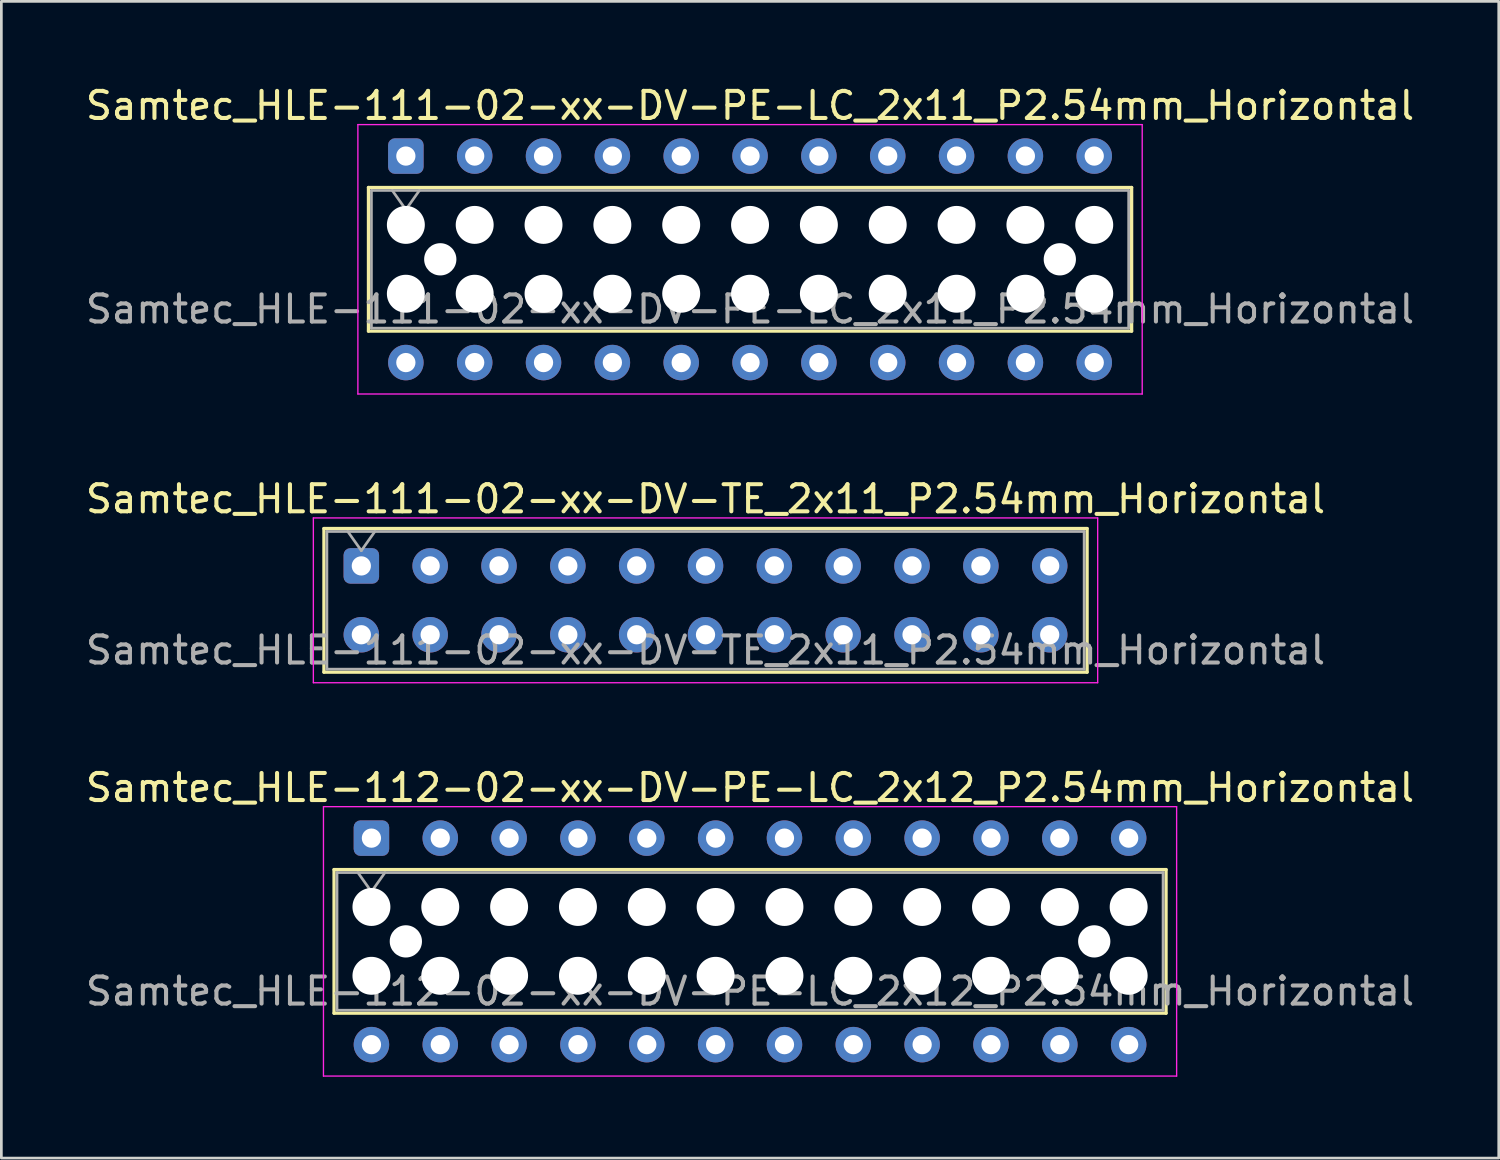
<source format=kicad_pcb>
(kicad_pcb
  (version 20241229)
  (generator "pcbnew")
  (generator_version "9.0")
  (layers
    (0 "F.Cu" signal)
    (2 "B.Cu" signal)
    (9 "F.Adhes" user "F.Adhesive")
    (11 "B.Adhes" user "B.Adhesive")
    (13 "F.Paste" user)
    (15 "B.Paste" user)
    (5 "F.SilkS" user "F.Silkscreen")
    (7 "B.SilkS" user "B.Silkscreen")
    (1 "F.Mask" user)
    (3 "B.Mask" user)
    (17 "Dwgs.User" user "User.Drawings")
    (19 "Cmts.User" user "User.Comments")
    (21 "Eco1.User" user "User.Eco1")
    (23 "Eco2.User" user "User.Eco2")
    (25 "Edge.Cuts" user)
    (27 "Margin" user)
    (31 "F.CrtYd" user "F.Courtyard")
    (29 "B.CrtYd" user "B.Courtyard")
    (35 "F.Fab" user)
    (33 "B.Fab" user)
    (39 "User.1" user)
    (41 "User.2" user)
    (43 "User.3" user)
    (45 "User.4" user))
  (footprint "Samtec_HLE-112-02-xx-DV-PE-LC_2x12_P2.54mm_Horizontal"
    (layer "F.Cu")
    (at 10.655 27.875)
    (property "Reference" "Samtec_HLE-112-02-xx-DV-PE-LC_2x12_P2.54mm_Horizontal" (at 13.97 -1.86 0) (layer "F.SilkS") (effects (font (size 1 1) (thickness 0.15))))
    (attr through_hole)
    (fp_line (start -1.38 1.16) (end 29.32 1.16) (stroke (width 0.12) (type solid)) (layer "F.SilkS"))
    (fp_line (start -1.38 6.46) (end -1.38 1.16) (stroke (width 0.12) (type solid)) (layer "F.SilkS"))
    (fp_line (start 29.32 1.16) (end 29.32 6.46) (stroke (width 0.12) (type solid)) (layer "F.SilkS"))
    (fp_line (start 29.32 6.46) (end -1.38 6.46) (stroke (width 0.12) (type solid)) (layer "F.SilkS"))
    (fp_line (start -1.77 -1.16) (end 29.71 -1.16) (stroke (width 0.05) (type solid)) (layer "F.CrtYd"))
    (fp_line (start -1.77 8.78) (end -1.77 -1.16) (stroke (width 0.05) (type solid)) (layer "F.CrtYd"))
    (fp_line (start 29.71 -1.16) (end 29.71 8.78) (stroke (width 0.05) (type solid)) (layer "F.CrtYd"))
    (fp_line (start 29.71 8.78) (end -1.77 8.78) (stroke (width 0.05) (type solid)) (layer "F.CrtYd"))
    (fp_line (start -1.27 1.27) (end 29.21 1.27) (stroke (width 0.1) (type solid)) (layer "F.Fab"))
    (fp_line (start -1.27 6.35) (end -1.27 1.27) (stroke (width 0.1) (type solid)) (layer "F.Fab"))
    (fp_line (start -0.5 1.27) (end 0 1.977) (stroke (width 0.1) (type solid)) (layer "F.Fab"))
    (fp_line (start 0 1.977) (end 0.5 1.27) (stroke (width 0.1) (type solid)) (layer "F.Fab"))
    (fp_line (start 29.21 1.27) (end 29.21 6.35) (stroke (width 0.1) (type solid)) (layer "F.Fab"))
    (fp_line (start 29.21 6.35) (end -1.27 6.35) (stroke (width 0.1) (type solid)) (layer "F.Fab"))
    (fp_text user "${REFERENCE}" (at 13.97 5.65 0) (layer "F.Fab") (effects (font (size 1 1) (thickness 0.15))))
    (pad "" np_thru_hole circle (at 0 2.54) (size 1.4 1.4) (drill 1.4) (layers "*.Cu" "*.Mask"))
    (pad "" np_thru_hole circle (at 0 5.08) (size 1.4 1.4) (drill 1.4) (layers "*.Cu" "*.Mask"))
    (pad "" np_thru_hole circle (at 1.27 3.81) (size 1.19 1.19) (drill 1.19) (layers "*.Cu" "*.Mask"))
    (pad "" np_thru_hole circle (at 2.54 2.54) (size 1.4 1.4) (drill 1.4) (layers "*.Cu" "*.Mask"))
    (pad "" np_thru_hole circle (at 2.54 5.08) (size 1.4 1.4) (drill 1.4) (layers "*.Cu" "*.Mask"))
    (pad "" np_thru_hole circle (at 5.08 2.54) (size 1.4 1.4) (drill 1.4) (layers "*.Cu" "*.Mask"))
    (pad "" np_thru_hole circle (at 5.08 5.08) (size 1.4 1.4) (drill 1.4) (layers "*.Cu" "*.Mask"))
    (pad "" np_thru_hole circle (at 7.62 2.54) (size 1.4 1.4) (drill 1.4) (layers "*.Cu" "*.Mask"))
    (pad "" np_thru_hole circle (at 7.62 5.08) (size 1.4 1.4) (drill 1.4) (layers "*.Cu" "*.Mask"))
    (pad "" np_thru_hole circle (at 10.16 2.54) (size 1.4 1.4) (drill 1.4) (layers "*.Cu" "*.Mask"))
    (pad "" np_thru_hole circle (at 10.16 5.08) (size 1.4 1.4) (drill 1.4) (layers "*.Cu" "*.Mask"))
    (pad "" np_thru_hole circle (at 12.7 2.54) (size 1.4 1.4) (drill 1.4) (layers "*.Cu" "*.Mask"))
    (pad "" np_thru_hole circle (at 12.7 5.08) (size 1.4 1.4) (drill 1.4) (layers "*.Cu" "*.Mask"))
    (pad "" np_thru_hole circle (at 15.24 2.54) (size 1.4 1.4) (drill 1.4) (layers "*.Cu" "*.Mask"))
    (pad "" np_thru_hole circle (at 15.24 5.08) (size 1.4 1.4) (drill 1.4) (layers "*.Cu" "*.Mask"))
    (pad "" np_thru_hole circle (at 17.78 2.54) (size 1.4 1.4) (drill 1.4) (layers "*.Cu" "*.Mask"))
    (pad "" np_thru_hole circle (at 17.78 5.08) (size 1.4 1.4) (drill 1.4) (layers "*.Cu" "*.Mask"))
    (pad "" np_thru_hole circle (at 20.32 2.54) (size 1.4 1.4) (drill 1.4) (layers "*.Cu" "*.Mask"))
    (pad "" np_thru_hole circle (at 20.32 5.08) (size 1.4 1.4) (drill 1.4) (layers "*.Cu" "*.Mask"))
    (pad "" np_thru_hole circle (at 22.86 2.54) (size 1.4 1.4) (drill 1.4) (layers "*.Cu" "*.Mask"))
    (pad "" np_thru_hole circle (at 22.86 5.08) (size 1.4 1.4) (drill 1.4) (layers "*.Cu" "*.Mask"))
    (pad "" np_thru_hole circle (at 25.4 2.54) (size 1.4 1.4) (drill 1.4) (layers "*.Cu" "*.Mask"))
    (pad "" np_thru_hole circle (at 25.4 5.08) (size 1.4 1.4) (drill 1.4) (layers "*.Cu" "*.Mask"))
    (pad "" np_thru_hole circle (at 26.67 3.81) (size 1.19 1.19) (drill 1.19) (layers "*.Cu" "*.Mask"))
    (pad "" np_thru_hole circle (at 27.94 2.54) (size 1.4 1.4) (drill 1.4) (layers "*.Cu" "*.Mask"))
    (pad "" np_thru_hole circle (at 27.94 5.08) (size 1.4 1.4) (drill 1.4) (layers "*.Cu" "*.Mask"))
    (pad "1" thru_hole roundrect (at 0 0) (size 1.31 1.31) (drill 0.71) (layers "*.Cu" "*.Mask") (roundrect_rratio 0.191))
    (pad "2" thru_hole circle (at 0 7.62) (size 1.31 1.31) (drill 0.71) (layers "*.Cu" "*.Mask"))
    (pad "3" thru_hole circle (at 2.54 0) (size 1.31 1.31) (drill 0.71) (layers "*.Cu" "*.Mask"))
    (pad "4" thru_hole circle (at 2.54 7.62) (size 1.31 1.31) (drill 0.71) (layers "*.Cu" "*.Mask"))
    (pad "5" thru_hole circle (at 5.08 0) (size 1.31 1.31) (drill 0.71) (layers "*.Cu" "*.Mask"))
    (pad "6" thru_hole circle (at 5.08 7.62) (size 1.31 1.31) (drill 0.71) (layers "*.Cu" "*.Mask"))
    (pad "7" thru_hole circle (at 7.62 0) (size 1.31 1.31) (drill 0.71) (layers "*.Cu" "*.Mask"))
    (pad "8" thru_hole circle (at 7.62 7.62) (size 1.31 1.31) (drill 0.71) (layers "*.Cu" "*.Mask"))
    (pad "9" thru_hole circle (at 10.16 0) (size 1.31 1.31) (drill 0.71) (layers "*.Cu" "*.Mask"))
    (pad "10" thru_hole circle (at 10.16 7.62) (size 1.31 1.31) (drill 0.71) (layers "*.Cu" "*.Mask"))
    (pad "11" thru_hole circle (at 12.7 0) (size 1.31 1.31) (drill 0.71) (layers "*.Cu" "*.Mask"))
    (pad "12" thru_hole circle (at 12.7 7.62) (size 1.31 1.31) (drill 0.71) (layers "*.Cu" "*.Mask"))
    (pad "13" thru_hole circle (at 15.24 0) (size 1.31 1.31) (drill 0.71) (layers "*.Cu" "*.Mask"))
    (pad "14" thru_hole circle (at 15.24 7.62) (size 1.31 1.31) (drill 0.71) (layers "*.Cu" "*.Mask"))
    (pad "15" thru_hole circle (at 17.78 0) (size 1.31 1.31) (drill 0.71) (layers "*.Cu" "*.Mask"))
    (pad "16" thru_hole circle (at 17.78 7.62) (size 1.31 1.31) (drill 0.71) (layers "*.Cu" "*.Mask"))
    (pad "17" thru_hole circle (at 20.32 0) (size 1.31 1.31) (drill 0.71) (layers "*.Cu" "*.Mask"))
    (pad "18" thru_hole circle (at 20.32 7.62) (size 1.31 1.31) (drill 0.71) (layers "*.Cu" "*.Mask"))
    (pad "19" thru_hole circle (at 22.86 0) (size 1.31 1.31) (drill 0.71) (layers "*.Cu" "*.Mask"))
    (pad "20" thru_hole circle (at 22.86 7.62) (size 1.31 1.31) (drill 0.71) (layers "*.Cu" "*.Mask"))
    (pad "21" thru_hole circle (at 25.4 0) (size 1.31 1.31) (drill 0.71) (layers "*.Cu" "*.Mask"))
    (pad "22" thru_hole circle (at 25.4 7.62) (size 1.31 1.31) (drill 0.71) (layers "*.Cu" "*.Mask"))
    (pad "23" thru_hole circle (at 27.94 0) (size 1.31 1.31) (drill 0.71) (layers "*.Cu" "*.Mask"))
    (pad "24" thru_hole circle (at 27.94 7.62) (size 1.31 1.31) (drill 0.71) (layers "*.Cu" "*.Mask")))
  (footprint "Samtec_HLE-111-02-xx-DV-TE_2x11_P2.54mm_Horizontal"
    (layer "F.Cu")
    (at 10.282 17.831)
    (property "Reference" "Samtec_HLE-111-02-xx-DV-TE_2x11_P2.54mm_Horizontal" (at 12.7 -2.47 0) (layer "F.SilkS") (effects (font (size 1 1) (thickness 0.15))))
    (attr through_hole)
    (fp_line (start -1.38 -1.38) (end 26.78 -1.38) (stroke (width 0.12) (type solid)) (layer "F.SilkS"))
    (fp_line (start -1.38 3.92) (end -1.38 -1.38) (stroke (width 0.12) (type solid)) (layer "F.SilkS"))
    (fp_line (start 26.78 -1.38) (end 26.78 3.92) (stroke (width 0.12) (type solid)) (layer "F.SilkS"))
    (fp_line (start 26.78 3.92) (end -1.38 3.92) (stroke (width 0.12) (type solid)) (layer "F.SilkS"))
    (fp_line (start -1.77 -1.77) (end 27.17 -1.77) (stroke (width 0.05) (type solid)) (layer "F.CrtYd"))
    (fp_line (start -1.77 4.31) (end -1.77 -1.77) (stroke (width 0.05) (type solid)) (layer "F.CrtYd"))
    (fp_line (start 27.17 -1.77) (end 27.17 4.31) (stroke (width 0.05) (type solid)) (layer "F.CrtYd"))
    (fp_line (start 27.17 4.31) (end -1.77 4.31) (stroke (width 0.05) (type solid)) (layer "F.CrtYd"))
    (fp_line (start -1.27 -1.27) (end 26.67 -1.27) (stroke (width 0.1) (type solid)) (layer "F.Fab"))
    (fp_line (start -1.27 3.81) (end -1.27 -1.27) (stroke (width 0.1) (type solid)) (layer "F.Fab"))
    (fp_line (start -0.5 -1.27) (end 0 -0.563) (stroke (width 0.1) (type solid)) (layer "F.Fab"))
    (fp_line (start 0 -0.563) (end 0.5 -1.27) (stroke (width 0.1) (type solid)) (layer "F.Fab"))
    (fp_line (start 26.67 -1.27) (end 26.67 3.81) (stroke (width 0.1) (type solid)) (layer "F.Fab"))
    (fp_line (start 26.67 3.81) (end -1.27 3.81) (stroke (width 0.1) (type solid)) (layer "F.Fab"))
    (fp_text user "${REFERENCE}" (at 12.7 3.11 0) (layer "F.Fab") (effects (font (size 1 1) (thickness 0.15))))
    (pad "1" thru_hole roundrect (at 0 0) (size 1.31 1.31) (drill 0.71) (layers "*.Cu" "*.Mask") (roundrect_rratio 0.191))
    (pad "2" thru_hole circle (at 0 2.54) (size 1.31 1.31) (drill 0.71) (layers "*.Cu" "*.Mask"))
    (pad "3" thru_hole circle (at 2.54 0) (size 1.31 1.31) (drill 0.71) (layers "*.Cu" "*.Mask"))
    (pad "4" thru_hole circle (at 2.54 2.54) (size 1.31 1.31) (drill 0.71) (layers "*.Cu" "*.Mask"))
    (pad "5" thru_hole circle (at 5.08 0) (size 1.31 1.31) (drill 0.71) (layers "*.Cu" "*.Mask"))
    (pad "6" thru_hole circle (at 5.08 2.54) (size 1.31 1.31) (drill 0.71) (layers "*.Cu" "*.Mask"))
    (pad "7" thru_hole circle (at 7.62 0) (size 1.31 1.31) (drill 0.71) (layers "*.Cu" "*.Mask"))
    (pad "8" thru_hole circle (at 7.62 2.54) (size 1.31 1.31) (drill 0.71) (layers "*.Cu" "*.Mask"))
    (pad "9" thru_hole circle (at 10.16 0) (size 1.31 1.31) (drill 0.71) (layers "*.Cu" "*.Mask"))
    (pad "10" thru_hole circle (at 10.16 2.54) (size 1.31 1.31) (drill 0.71) (layers "*.Cu" "*.Mask"))
    (pad "11" thru_hole circle (at 12.7 0) (size 1.31 1.31) (drill 0.71) (layers "*.Cu" "*.Mask"))
    (pad "12" thru_hole circle (at 12.7 2.54) (size 1.31 1.31) (drill 0.71) (layers "*.Cu" "*.Mask"))
    (pad "13" thru_hole circle (at 15.24 0) (size 1.31 1.31) (drill 0.71) (layers "*.Cu" "*.Mask"))
    (pad "14" thru_hole circle (at 15.24 2.54) (size 1.31 1.31) (drill 0.71) (layers "*.Cu" "*.Mask"))
    (pad "15" thru_hole circle (at 17.78 0) (size 1.31 1.31) (drill 0.71) (layers "*.Cu" "*.Mask"))
    (pad "16" thru_hole circle (at 17.78 2.54) (size 1.31 1.31) (drill 0.71) (layers "*.Cu" "*.Mask"))
    (pad "17" thru_hole circle (at 20.32 0) (size 1.31 1.31) (drill 0.71) (layers "*.Cu" "*.Mask"))
    (pad "18" thru_hole circle (at 20.32 2.54) (size 1.31 1.31) (drill 0.71) (layers "*.Cu" "*.Mask"))
    (pad "19" thru_hole circle (at 22.86 0) (size 1.31 1.31) (drill 0.71) (layers "*.Cu" "*.Mask"))
    (pad "20" thru_hole circle (at 22.86 2.54) (size 1.31 1.31) (drill 0.71) (layers "*.Cu" "*.Mask"))
    (pad "21" thru_hole circle (at 25.4 0) (size 1.31 1.31) (drill 0.71) (layers "*.Cu" "*.Mask"))
    (pad "22" thru_hole circle (at 25.4 2.54) (size 1.31 1.31) (drill 0.71) (layers "*.Cu" "*.Mask")))
  (footprint "Samtec_HLE-111-02-xx-DV-PE-LC_2x11_P2.54mm_Horizontal"
    (layer "F.Cu")
    (at 11.925 2.708)
    (property "Reference" "Samtec_HLE-111-02-xx-DV-PE-LC_2x11_P2.54mm_Horizontal" (at 12.7 -1.86 0) (layer "F.SilkS") (effects (font (size 1 1) (thickness 0.15))))
    (attr through_hole)
    (fp_line (start -1.38 1.16) (end 26.78 1.16) (stroke (width 0.12) (type solid)) (layer "F.SilkS"))
    (fp_line (start -1.38 6.46) (end -1.38 1.16) (stroke (width 0.12) (type solid)) (layer "F.SilkS"))
    (fp_line (start 26.78 1.16) (end 26.78 6.46) (stroke (width 0.12) (type solid)) (layer "F.SilkS"))
    (fp_line (start 26.78 6.46) (end -1.38 6.46) (stroke (width 0.12) (type solid)) (layer "F.SilkS"))
    (fp_line (start -1.77 -1.16) (end 27.17 -1.16) (stroke (width 0.05) (type solid)) (layer "F.CrtYd"))
    (fp_line (start -1.77 8.78) (end -1.77 -1.16) (stroke (width 0.05) (type solid)) (layer "F.CrtYd"))
    (fp_line (start 27.17 -1.16) (end 27.17 8.78) (stroke (width 0.05) (type solid)) (layer "F.CrtYd"))
    (fp_line (start 27.17 8.78) (end -1.77 8.78) (stroke (width 0.05) (type solid)) (layer "F.CrtYd"))
    (fp_line (start -1.27 1.27) (end 26.67 1.27) (stroke (width 0.1) (type solid)) (layer "F.Fab"))
    (fp_line (start -1.27 6.35) (end -1.27 1.27) (stroke (width 0.1) (type solid)) (layer "F.Fab"))
    (fp_line (start -0.5 1.27) (end 0 1.977) (stroke (width 0.1) (type solid)) (layer "F.Fab"))
    (fp_line (start 0 1.977) (end 0.5 1.27) (stroke (width 0.1) (type solid)) (layer "F.Fab"))
    (fp_line (start 26.67 1.27) (end 26.67 6.35) (stroke (width 0.1) (type solid)) (layer "F.Fab"))
    (fp_line (start 26.67 6.35) (end -1.27 6.35) (stroke (width 0.1) (type solid)) (layer "F.Fab"))
    (fp_text user "${REFERENCE}" (at 12.7 5.65 0) (layer "F.Fab") (effects (font (size 1 1) (thickness 0.15))))
    (pad "" np_thru_hole circle (at 0 2.54) (size 1.4 1.4) (drill 1.4) (layers "*.Cu" "*.Mask"))
    (pad "" np_thru_hole circle (at 0 5.08) (size 1.4 1.4) (drill 1.4) (layers "*.Cu" "*.Mask"))
    (pad "" np_thru_hole circle (at 1.27 3.81) (size 1.19 1.19) (drill 1.19) (layers "*.Cu" "*.Mask"))
    (pad "" np_thru_hole circle (at 2.54 2.54) (size 1.4 1.4) (drill 1.4) (layers "*.Cu" "*.Mask"))
    (pad "" np_thru_hole circle (at 2.54 5.08) (size 1.4 1.4) (drill 1.4) (layers "*.Cu" "*.Mask"))
    (pad "" np_thru_hole circle (at 5.08 2.54) (size 1.4 1.4) (drill 1.4) (layers "*.Cu" "*.Mask"))
    (pad "" np_thru_hole circle (at 5.08 5.08) (size 1.4 1.4) (drill 1.4) (layers "*.Cu" "*.Mask"))
    (pad "" np_thru_hole circle (at 7.62 2.54) (size 1.4 1.4) (drill 1.4) (layers "*.Cu" "*.Mask"))
    (pad "" np_thru_hole circle (at 7.62 5.08) (size 1.4 1.4) (drill 1.4) (layers "*.Cu" "*.Mask"))
    (pad "" np_thru_hole circle (at 10.16 2.54) (size 1.4 1.4) (drill 1.4) (layers "*.Cu" "*.Mask"))
    (pad "" np_thru_hole circle (at 10.16 5.08) (size 1.4 1.4) (drill 1.4) (layers "*.Cu" "*.Mask"))
    (pad "" np_thru_hole circle (at 12.7 2.54) (size 1.4 1.4) (drill 1.4) (layers "*.Cu" "*.Mask"))
    (pad "" np_thru_hole circle (at 12.7 5.08) (size 1.4 1.4) (drill 1.4) (layers "*.Cu" "*.Mask"))
    (pad "" np_thru_hole circle (at 15.24 2.54) (size 1.4 1.4) (drill 1.4) (layers "*.Cu" "*.Mask"))
    (pad "" np_thru_hole circle (at 15.24 5.08) (size 1.4 1.4) (drill 1.4) (layers "*.Cu" "*.Mask"))
    (pad "" np_thru_hole circle (at 17.78 2.54) (size 1.4 1.4) (drill 1.4) (layers "*.Cu" "*.Mask"))
    (pad "" np_thru_hole circle (at 17.78 5.08) (size 1.4 1.4) (drill 1.4) (layers "*.Cu" "*.Mask"))
    (pad "" np_thru_hole circle (at 20.32 2.54) (size 1.4 1.4) (drill 1.4) (layers "*.Cu" "*.Mask"))
    (pad "" np_thru_hole circle (at 20.32 5.08) (size 1.4 1.4) (drill 1.4) (layers "*.Cu" "*.Mask"))
    (pad "" np_thru_hole circle (at 22.86 2.54) (size 1.4 1.4) (drill 1.4) (layers "*.Cu" "*.Mask"))
    (pad "" np_thru_hole circle (at 22.86 5.08) (size 1.4 1.4) (drill 1.4) (layers "*.Cu" "*.Mask"))
    (pad "" np_thru_hole circle (at 24.13 3.81) (size 1.19 1.19) (drill 1.19) (layers "*.Cu" "*.Mask"))
    (pad "" np_thru_hole circle (at 25.4 2.54) (size 1.4 1.4) (drill 1.4) (layers "*.Cu" "*.Mask"))
    (pad "" np_thru_hole circle (at 25.4 5.08) (size 1.4 1.4) (drill 1.4) (layers "*.Cu" "*.Mask"))
    (pad "1" thru_hole roundrect (at 0 0) (size 1.31 1.31) (drill 0.71) (layers "*.Cu" "*.Mask") (roundrect_rratio 0.191))
    (pad "2" thru_hole circle (at 0 7.62) (size 1.31 1.31) (drill 0.71) (layers "*.Cu" "*.Mask"))
    (pad "3" thru_hole circle (at 2.54 0) (size 1.31 1.31) (drill 0.71) (layers "*.Cu" "*.Mask"))
    (pad "4" thru_hole circle (at 2.54 7.62) (size 1.31 1.31) (drill 0.71) (layers "*.Cu" "*.Mask"))
    (pad "5" thru_hole circle (at 5.08 0) (size 1.31 1.31) (drill 0.71) (layers "*.Cu" "*.Mask"))
    (pad "6" thru_hole circle (at 5.08 7.62) (size 1.31 1.31) (drill 0.71) (layers "*.Cu" "*.Mask"))
    (pad "7" thru_hole circle (at 7.62 0) (size 1.31 1.31) (drill 0.71) (layers "*.Cu" "*.Mask"))
    (pad "8" thru_hole circle (at 7.62 7.62) (size 1.31 1.31) (drill 0.71) (layers "*.Cu" "*.Mask"))
    (pad "9" thru_hole circle (at 10.16 0) (size 1.31 1.31) (drill 0.71) (layers "*.Cu" "*.Mask"))
    (pad "10" thru_hole circle (at 10.16 7.62) (size 1.31 1.31) (drill 0.71) (layers "*.Cu" "*.Mask"))
    (pad "11" thru_hole circle (at 12.7 0) (size 1.31 1.31) (drill 0.71) (layers "*.Cu" "*.Mask"))
    (pad "12" thru_hole circle (at 12.7 7.62) (size 1.31 1.31) (drill 0.71) (layers "*.Cu" "*.Mask"))
    (pad "13" thru_hole circle (at 15.24 0) (size 1.31 1.31) (drill 0.71) (layers "*.Cu" "*.Mask"))
    (pad "14" thru_hole circle (at 15.24 7.62) (size 1.31 1.31) (drill 0.71) (layers "*.Cu" "*.Mask"))
    (pad "15" thru_hole circle (at 17.78 0) (size 1.31 1.31) (drill 0.71) (layers "*.Cu" "*.Mask"))
    (pad "16" thru_hole circle (at 17.78 7.62) (size 1.31 1.31) (drill 0.71) (layers "*.Cu" "*.Mask"))
    (pad "17" thru_hole circle (at 20.32 0) (size 1.31 1.31) (drill 0.71) (layers "*.Cu" "*.Mask"))
    (pad "18" thru_hole circle (at 20.32 7.62) (size 1.31 1.31) (drill 0.71) (layers "*.Cu" "*.Mask"))
    (pad "19" thru_hole circle (at 22.86 0) (size 1.31 1.31) (drill 0.71) (layers "*.Cu" "*.Mask"))
    (pad "20" thru_hole circle (at 22.86 7.62) (size 1.31 1.31) (drill 0.71) (layers "*.Cu" "*.Mask"))
    (pad "21" thru_hole circle (at 25.4 0) (size 1.31 1.31) (drill 0.71) (layers "*.Cu" "*.Mask"))
    (pad "22" thru_hole circle (at 25.4 7.62) (size 1.31 1.31) (drill 0.71) (layers "*.Cu" "*.Mask")))
  (gr_rect
    (start -3 -3)
    (end 52.25 39.68)
    (stroke (width 0.1) (type default))
    (fill no)
    (layer "Edge.Cuts")))
</source>
